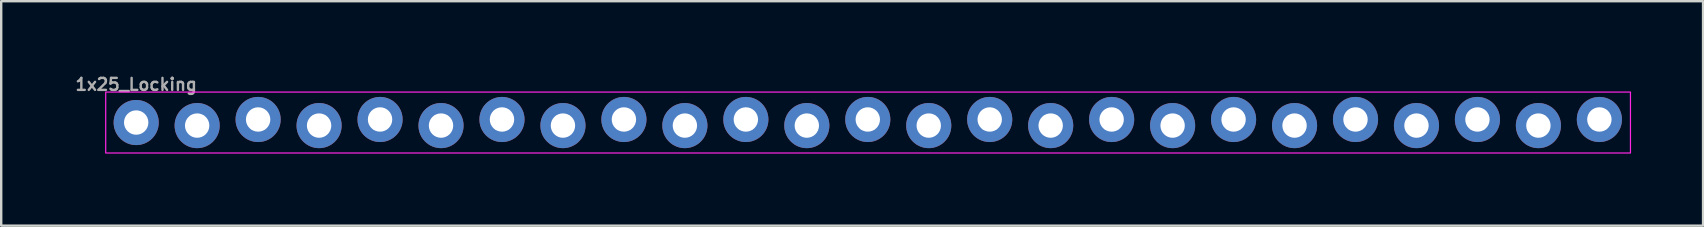
<source format=kicad_pcb>
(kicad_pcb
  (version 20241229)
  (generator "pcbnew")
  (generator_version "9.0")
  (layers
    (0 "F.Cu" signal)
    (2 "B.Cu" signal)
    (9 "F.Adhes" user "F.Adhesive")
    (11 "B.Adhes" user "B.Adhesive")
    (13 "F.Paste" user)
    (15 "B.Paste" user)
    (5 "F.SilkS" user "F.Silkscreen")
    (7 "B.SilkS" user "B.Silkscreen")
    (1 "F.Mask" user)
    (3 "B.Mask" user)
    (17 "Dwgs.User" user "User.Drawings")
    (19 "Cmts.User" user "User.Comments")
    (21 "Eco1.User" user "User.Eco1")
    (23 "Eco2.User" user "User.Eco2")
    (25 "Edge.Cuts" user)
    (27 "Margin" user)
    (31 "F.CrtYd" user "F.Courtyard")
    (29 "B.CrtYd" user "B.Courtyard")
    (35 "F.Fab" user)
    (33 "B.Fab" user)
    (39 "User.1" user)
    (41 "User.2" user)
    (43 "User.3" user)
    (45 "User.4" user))
  (footprint "1x25_Locking"
    (layer "F.Cu")
    (at 2.624 2.055)
    (property "Reference" "1x25_Locking" (at 0 -1.587 0) (layer "F.Fab") (effects (font (size 0.5 0.5) (thickness 0.1))))
    (fp_rect (start -1.27 -1.27) (end 62.255 1.27) (stroke (width 0.05) (type default)) (fill no) (layer "F.CrtYd"))
    (fp_poly (pts (xy -0.254 0.254) (xy 0.254 0.254) (xy 0.254 -0.254) (xy -0.254 -0.254)) (stroke (width 0.1) (type default)) (fill no) (layer "F.Fab"))
    (fp_poly (pts (xy 2.286 0.254) (xy 2.794 0.254) (xy 2.794 -0.254) (xy 2.286 -0.254)) (stroke (width 0.1) (type default)) (fill no) (layer "F.Fab"))
    (fp_poly (pts (xy 4.826 0.254) (xy 5.334 0.254) (xy 5.334 -0.254) (xy 4.826 -0.254)) (stroke (width 0.1) (type default)) (fill no) (layer "F.Fab"))
    (fp_poly (pts (xy 7.366 0.254) (xy 7.874 0.254) (xy 7.874 -0.254) (xy 7.366 -0.254)) (stroke (width 0.1) (type default)) (fill no) (layer "F.Fab"))
    (fp_poly (pts (xy 9.906 0.254) (xy 10.414 0.254) (xy 10.414 -0.254) (xy 9.906 -0.254)) (stroke (width 0.1) (type default)) (fill no) (layer "F.Fab"))
    (fp_poly (pts (xy 12.446 0.254) (xy 12.954 0.254) (xy 12.954 -0.254) (xy 12.446 -0.254)) (stroke (width 0.1) (type default)) (fill no) (layer "F.Fab"))
    (fp_poly (pts (xy 14.986 0.254) (xy 15.494 0.254) (xy 15.494 -0.254) (xy 14.986 -0.254)) (stroke (width 0.1) (type default)) (fill no) (layer "F.Fab"))
    (fp_poly (pts (xy 17.526 0.254) (xy 18.034 0.254) (xy 18.034 -0.254) (xy 17.526 -0.254)) (stroke (width 0.1) (type default)) (fill no) (layer "F.Fab"))
    (fp_poly (pts (xy 20.066 0.254) (xy 20.574 0.254) (xy 20.574 -0.254) (xy 20.066 -0.254)) (stroke (width 0.1) (type default)) (fill no) (layer "F.Fab"))
    (fp_poly (pts (xy 22.606 0.254) (xy 23.114 0.254) (xy 23.114 -0.254) (xy 22.606 -0.254)) (stroke (width 0.1) (type default)) (fill no) (layer "F.Fab"))
    (fp_poly (pts (xy 25.146 0.254) (xy 25.654 0.254) (xy 25.654 -0.254) (xy 25.146 -0.254)) (stroke (width 0.1) (type default)) (fill no) (layer "F.Fab"))
    (fp_poly (pts (xy 27.686 0.254) (xy 28.194 0.254) (xy 28.194 -0.254) (xy 27.686 -0.254)) (stroke (width 0.1) (type default)) (fill no) (layer "F.Fab"))
    (fp_poly (pts (xy 30.226 0.254) (xy 30.734 0.254) (xy 30.734 -0.254) (xy 30.226 -0.254)) (stroke (width 0.1) (type default)) (fill no) (layer "F.Fab"))
    (fp_poly (pts (xy 32.766 0.254) (xy 33.274 0.254) (xy 33.274 -0.254) (xy 32.766 -0.254)) (stroke (width 0.1) (type default)) (fill no) (layer "F.Fab"))
    (fp_poly (pts (xy 35.306 0.254) (xy 35.814 0.254) (xy 35.814 -0.254) (xy 35.306 -0.254)) (stroke (width 0.1) (type default)) (fill no) (layer "F.Fab"))
    (fp_poly (pts (xy 37.846 0.254) (xy 38.354 0.254) (xy 38.354 -0.254) (xy 37.846 -0.254)) (stroke (width 0.1) (type default)) (fill no) (layer "F.Fab"))
    (fp_poly (pts (xy 40.386 0.254) (xy 40.894 0.254) (xy 40.894 -0.254) (xy 40.386 -0.254)) (stroke (width 0.1) (type default)) (fill no) (layer "F.Fab"))
    (fp_poly (pts (xy 42.926 0.254) (xy 43.434 0.254) (xy 43.434 -0.254) (xy 42.926 -0.254)) (stroke (width 0.1) (type default)) (fill no) (layer "F.Fab"))
    (fp_poly (pts (xy 45.466 0.254) (xy 45.974 0.254) (xy 45.974 -0.254) (xy 45.466 -0.254)) (stroke (width 0.1) (type default)) (fill no) (layer "F.Fab"))
    (fp_poly (pts (xy 48.006 0.254) (xy 48.514 0.254) (xy 48.514 -0.254) (xy 48.006 -0.254)) (stroke (width 0.1) (type default)) (fill no) (layer "F.Fab"))
    (fp_poly (pts (xy 50.546 0.254) (xy 51.054 0.254) (xy 51.054 -0.254) (xy 50.546 -0.254)) (stroke (width 0.1) (type default)) (fill no) (layer "F.Fab"))
    (fp_poly (pts (xy 53.086 0.254) (xy 53.594 0.254) (xy 53.594 -0.254) (xy 53.086 -0.254)) (stroke (width 0.1) (type default)) (fill no) (layer "F.Fab"))
    (fp_poly (pts (xy 55.626 0.254) (xy 56.134 0.254) (xy 56.134 -0.254) (xy 55.626 -0.254)) (stroke (width 0.1) (type default)) (fill no) (layer "F.Fab"))
    (fp_poly (pts (xy 58.166 0.254) (xy 58.674 0.254) (xy 58.674 -0.254) (xy 58.166 -0.254)) (stroke (width 0.1) (type default)) (fill no) (layer "F.Fab"))
    (fp_poly (pts (xy 60.706 0.254) (xy 61.214 0.254) (xy 61.214 -0.254) (xy 60.706 -0.254)) (stroke (width 0.1) (type default)) (fill no) (layer "F.Fab"))
    (pad "1" thru_hole circle (at 0 0 90) (size 1.88 1.88) (drill 1.016) (layers "*.Cu" "*.Mask") (remove_unused_layers yes) (keep_end_layers yes) (zone_layer_connections))
    (pad "2" thru_hole circle (at 2.54 0.127 90) (size 1.88 1.88) (drill 1.016) (layers "*.Cu" "*.Mask") (remove_unused_layers yes) (keep_end_layers yes) (zone_layer_connections))
    (pad "3" thru_hole circle (at 5.08 -0.127 90) (size 1.88 1.88) (drill 1.016) (layers "*.Cu" "*.Mask") (remove_unused_layers yes) (keep_end_layers yes) (zone_layer_connections))
    (pad "4" thru_hole circle (at 7.62 0.127 90) (size 1.88 1.88) (drill 1.016) (layers "*.Cu" "*.Mask") (remove_unused_layers yes) (keep_end_layers yes) (zone_layer_connections))
    (pad "5" thru_hole circle (at 10.16 -0.127 90) (size 1.88 1.88) (drill 1.016) (layers "*.Cu" "*.Mask") (remove_unused_layers yes) (keep_end_layers yes) (zone_layer_connections))
    (pad "6" thru_hole circle (at 12.7 0.127 90) (size 1.88 1.88) (drill 1.016) (layers "*.Cu" "*.Mask") (remove_unused_layers yes) (keep_end_layers yes) (zone_layer_connections))
    (pad "7" thru_hole circle (at 15.24 -0.127 90) (size 1.88 1.88) (drill 1.016) (layers "*.Cu" "*.Mask") (remove_unused_layers yes) (keep_end_layers yes) (zone_layer_connections))
    (pad "8" thru_hole circle (at 17.78 0.127 90) (size 1.88 1.88) (drill 1.016) (layers "*.Cu" "*.Mask") (remove_unused_layers yes) (keep_end_layers yes) (zone_layer_connections))
    (pad "9" thru_hole circle (at 20.32 -0.127 90) (size 1.88 1.88) (drill 1.016) (layers "*.Cu" "*.Mask") (remove_unused_layers yes) (keep_end_layers yes) (zone_layer_connections))
    (pad "10" thru_hole circle (at 22.86 0.127 90) (size 1.88 1.88) (drill 1.016) (layers "*.Cu" "*.Mask") (remove_unused_layers yes) (keep_end_layers yes) (zone_layer_connections))
    (pad "11" thru_hole circle (at 25.4 -0.127 90) (size 1.88 1.88) (drill 1.016) (layers "*.Cu" "*.Mask") (remove_unused_layers yes) (keep_end_layers yes) (zone_layer_connections))
    (pad "12" thru_hole circle (at 27.94 0.127 90) (size 1.88 1.88) (drill 1.016) (layers "*.Cu" "*.Mask") (remove_unused_layers yes) (keep_end_layers yes) (zone_layer_connections))
    (pad "13" thru_hole circle (at 30.48 -0.127 90) (size 1.88 1.88) (drill 1.016) (layers "*.Cu" "*.Mask") (remove_unused_layers yes) (keep_end_layers yes) (zone_layer_connections))
    (pad "14" thru_hole circle (at 33.02 0.127 90) (size 1.88 1.88) (drill 1.016) (layers "*.Cu" "*.Mask") (remove_unused_layers yes) (keep_end_layers yes) (zone_layer_connections))
    (pad "15" thru_hole circle (at 35.56 -0.127 90) (size 1.88 1.88) (drill 1.016) (layers "*.Cu" "*.Mask") (remove_unused_layers yes) (keep_end_layers yes) (zone_layer_connections))
    (pad "16" thru_hole circle (at 38.1 0.127 90) (size 1.88 1.88) (drill 1.016) (layers "*.Cu" "*.Mask") (remove_unused_layers yes) (keep_end_layers yes) (zone_layer_connections))
    (pad "17" thru_hole circle (at 40.64 -0.127 90) (size 1.88 1.88) (drill 1.016) (layers "*.Cu" "*.Mask") (remove_unused_layers yes) (keep_end_layers yes) (zone_layer_connections))
    (pad "18" thru_hole circle (at 43.18 0.127 90) (size 1.88 1.88) (drill 1.016) (layers "*.Cu" "*.Mask") (remove_unused_layers yes) (keep_end_layers yes) (zone_layer_connections))
    (pad "19" thru_hole circle (at 45.72 -0.127 90) (size 1.88 1.88) (drill 1.016) (layers "*.Cu" "*.Mask") (remove_unused_layers yes) (keep_end_layers yes) (zone_layer_connections))
    (pad "20" thru_hole circle (at 48.26 0.127 90) (size 1.88 1.88) (drill 1.016) (layers "*.Cu" "*.Mask") (remove_unused_layers yes) (keep_end_layers yes) (zone_layer_connections))
    (pad "21" thru_hole circle (at 50.8 -0.127 90) (size 1.88 1.88) (drill 1.016) (layers "*.Cu" "*.Mask") (remove_unused_layers yes) (keep_end_layers yes) (zone_layer_connections))
    (pad "22" thru_hole circle (at 53.34 0.127 90) (size 1.88 1.88) (drill 1.016) (layers "*.Cu" "*.Mask") (remove_unused_layers yes) (keep_end_layers yes) (zone_layer_connections))
    (pad "23" thru_hole circle (at 55.88 -0.127 90) (size 1.88 1.88) (drill 1.016) (layers "*.Cu" "*.Mask") (remove_unused_layers yes) (keep_end_layers yes) (zone_layer_connections))
    (pad "24" thru_hole circle (at 58.42 0.127 90) (size 1.88 1.88) (drill 1.016) (layers "*.Cu" "*.Mask") (remove_unused_layers yes) (keep_end_layers yes) (zone_layer_connections))
    (pad "25" thru_hole circle (at 60.96 -0.127 90) (size 1.88 1.88) (drill 1.016) (layers "*.Cu" "*.Mask") (remove_unused_layers yes) (keep_end_layers yes) (zone_layer_connections)))
  (gr_rect
    (start -3 -3)
    (end 67.904 6.351)
    (stroke (width 0.1) (type default))
    (fill no)
    (layer "Edge.Cuts")))
</source>
